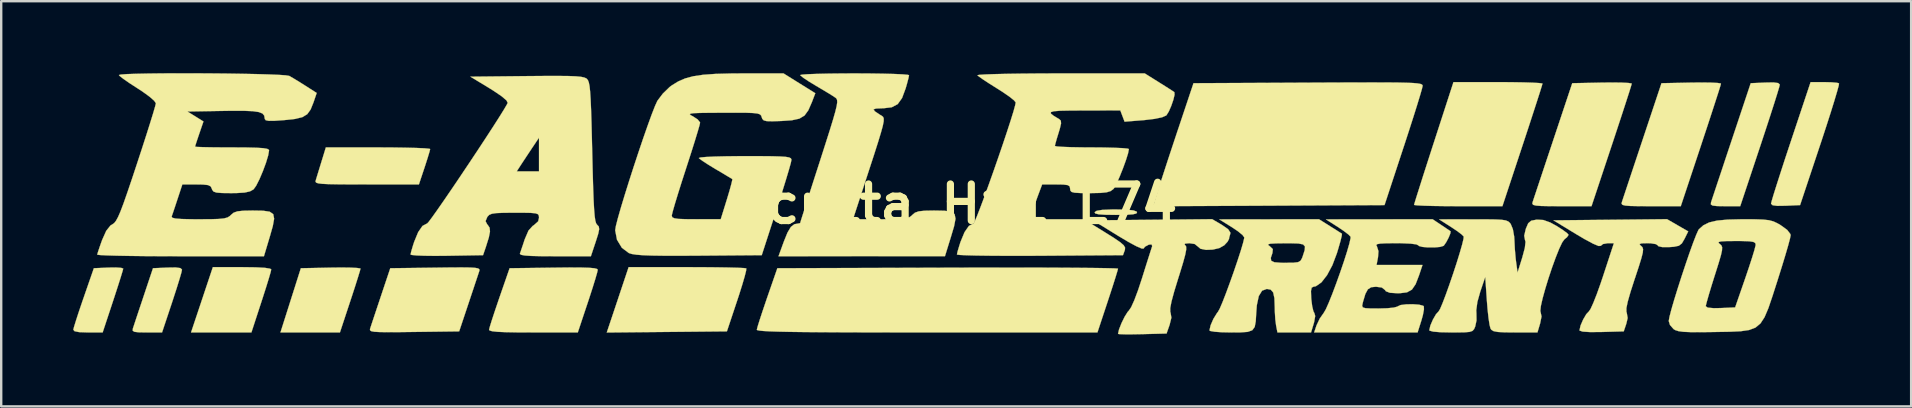
<source format=kicad_pcb>
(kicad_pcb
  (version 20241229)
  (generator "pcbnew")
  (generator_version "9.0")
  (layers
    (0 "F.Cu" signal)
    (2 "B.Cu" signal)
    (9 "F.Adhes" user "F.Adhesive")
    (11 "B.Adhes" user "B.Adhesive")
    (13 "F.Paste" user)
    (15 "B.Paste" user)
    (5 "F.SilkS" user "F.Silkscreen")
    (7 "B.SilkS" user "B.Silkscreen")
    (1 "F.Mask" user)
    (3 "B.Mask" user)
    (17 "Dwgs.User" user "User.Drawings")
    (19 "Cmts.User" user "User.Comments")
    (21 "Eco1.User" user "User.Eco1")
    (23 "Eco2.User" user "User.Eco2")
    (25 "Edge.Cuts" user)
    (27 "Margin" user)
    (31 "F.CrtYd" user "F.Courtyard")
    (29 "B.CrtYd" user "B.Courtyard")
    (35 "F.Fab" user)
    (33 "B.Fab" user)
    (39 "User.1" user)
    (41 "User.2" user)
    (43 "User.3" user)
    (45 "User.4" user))
  (footprint "Scritta_H11_L74"
    (layer "F.Cu")
    (at 36.738 5.452)
    (property "Reference" "Scritta_H11_L74" (at 0 0 0) (layer "F.SilkS") (effects (font (size 1.524 1.524) (thickness 0.3))))
    (attr through_hole)
    (fp_poly (pts (xy -29.141 2.638) (xy -28.75 2.659) (xy -28.532 2.694) (xy -28.484 2.727) (xy -28.511 2.844) (xy -28.585 3.099) (xy -28.696 3.46) (xy -28.835 3.894) (xy -28.898 4.088) (xy -29.311 5.352) (xy -31.827 5.352) (xy -31.372 3.991) (xy -30.918 2.631) (xy -29.701 2.631) (xy -29.141 2.638)) (stroke (width 0.01) (type solid)) (fill yes) (layer "F.SilkS"))
    (fp_poly (pts (xy -25.179 2.651) (xy -24.907 2.665) (xy -24.773 2.685) (xy -24.765 2.693) (xy -24.792 2.798) (xy -24.867 3.044) (xy -24.979 3.399) (xy -25.119 3.83) (xy -25.194 4.056) (xy -25.622 5.352) (xy -28.101 5.352) (xy -27.676 4.014) (xy -27.251 2.676) (xy -26.008 2.651) (xy -25.557 2.646) (xy -25.179 2.651)) (stroke (width 0.01) (type solid)) (fill yes) (layer "F.SilkS"))
    (fp_poly (pts (xy 7.161 0.236) (xy 7.446 0.266) (xy 7.582 0.317) (xy 7.597 0.34) (xy 7.569 0.394) (xy 7.427 0.429) (xy 7.148 0.448) (xy 6.713 0.454) (xy 6.276 0.448) (xy 5.998 0.429) (xy 5.856 0.394) (xy 5.828 0.34) (xy 5.918 0.281) (xy 6.15 0.244) (xy 6.541 0.228) (xy 6.713 0.227) (xy 7.161 0.236)) (stroke (width 0.01) (type solid)) (fill yes) (layer "F.SilkS"))
    (fp_poly (pts (xy -10.52 2.633) (xy -9.935 2.638) (xy -9.435 2.646) (xy -9.045 2.656) (xy -8.787 2.669) (xy -8.687 2.682) (xy -8.696 2.782) (xy -8.756 3.022) (xy -8.858 3.37) (xy -8.992 3.797) (xy -9.066 4.02) (xy -9.495 5.307) (xy -11.999 5.331) (xy -14.502 5.355) (xy -14.046 3.993) (xy -13.591 2.631) (xy -11.165 2.631) (xy -10.52 2.633)) (stroke (width 0.01) (type solid)) (fill yes) (layer "F.SilkS"))
    (fp_poly (pts (xy -34.739 2.66) (xy -34.653 2.69) (xy -34.653 2.691) (xy -34.68 2.797) (xy -34.755 3.044) (xy -34.867 3.398) (xy -35.007 3.83) (xy -35.081 4.056) (xy -35.51 5.352) (xy -36.125 5.352) (xy -36.484 5.34) (xy -36.68 5.301) (xy -36.733 5.239) (xy -36.702 5.116) (xy -36.622 4.856) (xy -36.504 4.493) (xy -36.358 4.062) (xy -36.302 3.901) (xy -35.877 2.676) (xy -35.265 2.649) (xy -34.959 2.645) (xy -34.739 2.66)) (stroke (width 0.01) (type solid)) (fill yes) (layer "F.SilkS"))
    (fp_poly (pts (xy -32.271 2.67) (xy -32.204 2.73) (xy -32.204 2.74) (xy -32.231 2.864) (xy -32.307 3.126) (xy -32.42 3.492) (xy -32.561 3.927) (xy -32.619 4.105) (xy -33.035 5.352) (xy -33.669 5.352) (xy -34 5.347) (xy -34.185 5.326) (xy -34.258 5.28) (xy -34.253 5.199) (xy -34.252 5.193) (xy -34.205 5.052) (xy -34.114 4.775) (xy -33.989 4.4) (xy -33.843 3.964) (xy -33.807 3.855) (xy -33.413 2.676) (xy -32.808 2.649) (xy -32.463 2.644) (xy -32.271 2.67)) (stroke (width 0.01) (type solid)) (fill yes) (layer "F.SilkS"))
    (fp_poly (pts (xy -23.429 -2.356) (xy -22.888 -2.348) (xy -22.437 -2.337) (xy -22.101 -2.322) (xy -21.904 -2.304) (xy -21.862 -2.291) (xy -21.889 -2.179) (xy -21.961 -1.94) (xy -22.063 -1.621) (xy -22.096 -1.52) (xy -22.331 -0.816) (xy -24.506 -0.816) (xy -25.19 -0.817) (xy -25.713 -0.821) (xy -26.095 -0.828) (xy -26.359 -0.841) (xy -26.523 -0.861) (xy -26.61 -0.89) (xy -26.639 -0.93) (xy -26.633 -0.975) (xy -26.583 -1.139) (xy -26.498 -1.417) (xy -26.397 -1.746) (xy -26.209 -2.359) (xy -24.036 -2.359) (xy -23.429 -2.356)) (stroke (width 0.01) (type solid)) (fill yes) (layer "F.SilkS"))
    (fp_poly (pts (xy 36.537 -5.072) (xy 36.762 -5.053) (xy 36.851 -5.029) (xy 36.837 -4.933) (xy 36.77 -4.687) (xy 36.659 -4.313) (xy 36.51 -3.833) (xy 36.329 -3.269) (xy 36.124 -2.642) (xy 36.065 -2.466) (xy 35.228 0.045) (xy 34.623 0.072) (xy 34.277 0.077) (xy 34.085 0.052) (xy 34.019 -0.008) (xy 34.018 -0.019) (xy 34.046 -0.132) (xy 34.124 -0.394) (xy 34.246 -0.783) (xy 34.404 -1.275) (xy 34.59 -1.848) (xy 34.799 -2.479) (xy 34.842 -2.608) (xy 35.666 -5.08) (xy 36.233 -5.08) (xy 36.537 -5.072)) (stroke (width 0.01) (type solid)) (fill yes) (layer "F.SilkS"))
    (fp_poly (pts (xy -15.58 2.647) (xy -15.237 2.657) (xy -15.018 2.677) (xy -14.905 2.707) (xy -14.877 2.742) (xy -14.905 2.866) (xy -14.98 3.127) (xy -15.093 3.492) (xy -15.234 3.927) (xy -15.293 4.105) (xy -15.709 5.352) (xy -17.561 5.352) (xy -18.217 5.35) (xy -18.709 5.341) (xy -19.056 5.326) (xy -19.276 5.302) (xy -19.385 5.27) (xy -19.407 5.239) (xy -19.376 5.116) (xy -19.296 4.856) (xy -19.177 4.493) (xy -19.031 4.062) (xy -18.976 3.901) (xy -18.551 2.676) (xy -16.714 2.652) (xy -16.066 2.645) (xy -15.58 2.647)) (stroke (width 0.01) (type solid)) (fill yes) (layer "F.SilkS"))
    (fp_poly (pts (xy 34.314 -5.041) (xy 34.38 -4.981) (xy 34.381 -4.971) (xy 34.353 -4.857) (xy 34.275 -4.595) (xy 34.153 -4.206) (xy 33.995 -3.714) (xy 33.808 -3.141) (xy 33.6 -2.511) (xy 33.557 -2.381) (xy 32.733 0.091) (xy 32.099 0.091) (xy 31.768 0.086) (xy 31.583 0.065) (xy 31.51 0.019) (xy 31.515 -0.062) (xy 31.516 -0.068) (xy 31.557 -0.193) (xy 31.648 -0.466) (xy 31.78 -0.864) (xy 31.947 -1.363) (xy 32.138 -1.939) (xy 32.348 -2.568) (xy 32.369 -2.631) (xy 33.171 -5.035) (xy 33.776 -5.061) (xy 34.121 -5.067) (xy 34.314 -5.041)) (stroke (width 0.01) (type solid)) (fill yes) (layer "F.SilkS"))
    (fp_poly (pts (xy 27.8 -5.059) (xy 28.072 -5.045) (xy 28.204 -5.024) (xy 28.212 -5.016) (xy 28.185 -4.916) (xy 28.107 -4.665) (xy 27.985 -4.287) (xy 27.828 -3.803) (xy 27.641 -3.235) (xy 27.433 -2.605) (xy 27.374 -2.428) (xy 26.536 0.091) (xy 25.282 0.091) (xy 24.783 0.089) (xy 24.438 0.082) (xy 24.222 0.065) (xy 24.108 0.036) (xy 24.07 -0.01) (xy 24.078 -0.068) (xy 24.119 -0.193) (xy 24.21 -0.466) (xy 24.342 -0.864) (xy 24.508 -1.363) (xy 24.7 -1.939) (xy 24.91 -2.568) (xy 24.931 -2.631) (xy 25.733 -5.035) (xy 26.972 -5.06) (xy 27.423 -5.064) (xy 27.8 -5.059)) (stroke (width 0.01) (type solid)) (fill yes) (layer "F.SilkS"))
    (fp_poly (pts (xy 31.52 -5.059) (xy 31.791 -5.045) (xy 31.924 -5.024) (xy 31.931 -5.016) (xy 31.904 -4.916) (xy 31.826 -4.665) (xy 31.704 -4.287) (xy 31.547 -3.803) (xy 31.361 -3.235) (xy 31.152 -2.605) (xy 31.094 -2.428) (xy 30.256 0.091) (xy 29.001 0.091) (xy 28.502 0.089) (xy 28.158 0.082) (xy 27.942 0.065) (xy 27.828 0.036) (xy 27.789 -0.01) (xy 27.797 -0.068) (xy 27.838 -0.193) (xy 27.929 -0.466) (xy 28.061 -0.864) (xy 28.227 -1.363) (xy 28.419 -1.939) (xy 28.629 -2.568) (xy 28.65 -2.631) (xy 29.452 -5.035) (xy 30.692 -5.06) (xy 31.142 -5.064) (xy 31.52 -5.059)) (stroke (width 0.01) (type solid)) (fill yes) (layer "F.SilkS"))
    (fp_poly (pts (xy -20.211 2.646) (xy -19.993 2.659) (xy -19.868 2.682) (xy -19.813 2.717) (xy -19.807 2.765) (xy -19.813 2.788) (xy -19.86 2.93) (xy -19.952 3.207) (xy -20.077 3.583) (xy -20.223 4.019) (xy -20.259 4.128) (xy -20.653 5.307) (xy -22.534 5.331) (xy -23.164 5.339) (xy -23.634 5.341) (xy -23.967 5.336) (xy -24.185 5.324) (xy -24.31 5.301) (xy -24.364 5.266) (xy -24.371 5.218) (xy -24.364 5.195) (xy -24.318 5.053) (xy -24.226 4.775) (xy -24.101 4.4) (xy -23.955 3.963) (xy -23.919 3.855) (xy -23.524 2.676) (xy -21.643 2.652) (xy -21.014 2.644) (xy -20.544 2.642) (xy -20.211 2.646)) (stroke (width 0.01) (type solid)) (fill yes) (layer "F.SilkS"))
    (fp_poly (pts (xy 23.196 -5.077) (xy 23.687 -5.069) (xy 24.083 -5.057) (xy 24.359 -5.041) (xy 24.487 -5.023) (xy 24.493 -5.018) (xy 24.465 -4.919) (xy 24.388 -4.67) (xy 24.267 -4.293) (xy 24.11 -3.81) (xy 23.925 -3.242) (xy 23.718 -2.613) (xy 23.658 -2.432) (xy 22.823 0.091) (xy 20.982 0.091) (xy 20.426 0.088) (xy 19.938 0.081) (xy 19.544 0.07) (xy 19.271 0.056) (xy 19.146 0.04) (xy 19.141 0.036) (xy 19.168 -0.062) (xy 19.244 -0.309) (xy 19.363 -0.685) (xy 19.516 -1.168) (xy 19.699 -1.736) (xy 19.902 -2.366) (xy 19.962 -2.55) (xy 20.783 -5.08) (xy 22.638 -5.08) (xy 23.196 -5.077)) (stroke (width 0.01) (type solid)) (fill yes) (layer "F.SilkS"))
    (fp_poly (pts (xy 17.997 -5.066) (xy 18.468 -5.062) (xy 18.83 -5.054) (xy 19.096 -5.043) (xy 19.281 -5.027) (xy 19.4 -5.007) (xy 19.466 -4.982) (xy 19.494 -4.952) (xy 19.498 -4.922) (xy 19.469 -4.797) (xy 19.39 -4.523) (xy 19.269 -4.125) (xy 19.112 -3.626) (xy 18.927 -3.05) (xy 18.722 -2.421) (xy 18.701 -2.359) (xy 17.91 0.045) (xy 13.089 0.069) (xy 8.269 0.092) (xy 8.487 -0.612) (xy 8.583 -0.916) (xy 8.725 -1.353) (xy 8.898 -1.884) (xy 9.092 -2.47) (xy 9.292 -3.073) (xy 9.327 -3.175) (xy 9.949 -5.035) (xy 14.726 -5.058) (xy 15.78 -5.063) (xy 16.667 -5.066) (xy 17.401 -5.067) (xy 17.997 -5.066)) (stroke (width 0.01) (type solid)) (fill yes) (layer "F.SilkS"))
    (fp_poly (pts (xy 2.881 2.649) (xy 3.794 2.651) (xy 4.613 2.655) (xy 5.323 2.66) (xy 5.909 2.666) (xy 6.36 2.674) (xy 6.66 2.682) (xy 6.797 2.692) (xy 6.804 2.695) (xy 6.776 2.8) (xy 6.702 3.045) (xy 6.59 3.399) (xy 6.45 3.829) (xy 6.375 4.056) (xy 5.946 5.352) (xy -1.154 5.352) (xy -2.506 5.352) (xy -3.686 5.35) (xy -4.704 5.347) (xy -5.571 5.342) (xy -6.296 5.336) (xy -6.89 5.328) (xy -7.362 5.318) (xy -7.722 5.306) (xy -7.981 5.291) (xy -8.148 5.274) (xy -8.233 5.254) (xy -8.249 5.239) (xy -8.218 5.116) (xy -8.138 4.856) (xy -8.019 4.493) (xy -7.873 4.062) (xy -7.818 3.901) (xy -7.393 2.676) (xy -0.295 2.653) (xy 0.822 2.65) (xy 1.885 2.649) (xy 2.881 2.649)) (stroke (width 0.01) (type solid)) (fill yes) (layer "F.SilkS"))
    (fp_poly (pts (xy 30.125 0.887) (xy 30.566 1.141) (xy 30.41 1.455) (xy 30.302 1.641) (xy 30.176 1.739) (xy 29.971 1.782) (xy 29.777 1.796) (xy 29.484 1.796) (xy 29.322 1.759) (xy 29.301 1.728) (xy 29.219 1.672) (xy 29.01 1.638) (xy 28.875 1.633) (xy 28.629 1.639) (xy 28.537 1.666) (xy 28.575 1.724) (xy 28.604 1.746) (xy 28.66 1.802) (xy 28.685 1.887) (xy 28.672 2.027) (xy 28.616 2.252) (xy 28.512 2.589) (xy 28.355 3.067) (xy 28.336 3.121) (xy 28.159 3.67) (xy 28.045 4.07) (xy 27.99 4.338) (xy 27.991 4.494) (xy 28.004 4.528) (xy 28.042 4.751) (xy 27.986 4.989) (xy 27.879 5.307) (xy 26.957 5.333) (xy 26.477 5.337) (xy 26.17 5.317) (xy 26.04 5.275) (xy 26.035 5.262) (xy 26.079 5.063) (xy 26.187 4.814) (xy 26.318 4.59) (xy 26.425 4.477) (xy 26.499 4.368) (xy 26.613 4.117) (xy 26.756 3.755) (xy 26.914 3.313) (xy 27.014 3.016) (xy 27.468 1.633) (xy 27.213 1.633) (xy 27.015 1.668) (xy 26.92 1.744) (xy 26.829 1.749) (xy 26.6 1.653) (xy 26.243 1.461) (xy 25.916 1.268) (xy 24.949 0.68) (xy 29.684 0.632) (xy 30.125 0.887)) (stroke (width 0.01) (type solid)) (fill yes) (layer "F.SilkS"))
    (fp_poly (pts (xy 11.131 0.868) (xy 11.394 1.051) (xy 11.488 1.196) (xy 11.482 1.24) (xy 11.435 1.408) (xy 11.43 1.455) (xy 11.37 1.569) (xy 11.231 1.72) (xy 11.026 1.836) (xy 10.752 1.9) (xy 10.469 1.911) (xy 10.24 1.865) (xy 10.127 1.769) (xy 9.998 1.666) (xy 9.777 1.634) (xy 9.592 1.651) (xy 9.582 1.699) (xy 9.604 1.714) (xy 9.644 1.775) (xy 9.645 1.902) (xy 9.603 2.12) (xy 9.512 2.452) (xy 9.368 2.924) (xy 9.316 3.087) (xy 9.144 3.649) (xy 9.033 4.059) (xy 8.98 4.335) (xy 8.981 4.494) (xy 8.993 4.526) (xy 9.028 4.735) (xy 8.954 5.035) (xy 8.827 5.397) (xy 7.815 5.423) (xy 7.411 5.43) (xy 7.084 5.43) (xy 6.87 5.423) (xy 6.804 5.412) (xy 6.846 5.225) (xy 6.95 4.962) (xy 7.082 4.693) (xy 7.208 4.493) (xy 7.253 4.445) (xy 7.351 4.3) (xy 7.484 4.006) (xy 7.64 3.589) (xy 7.807 3.084) (xy 7.947 2.635) (xy 8.071 2.244) (xy 8.166 1.946) (xy 8.221 1.775) (xy 8.229 1.753) (xy 8.199 1.683) (xy 8.086 1.694) (xy 7.924 1.781) (xy 7.874 1.854) (xy 7.79 1.855) (xy 7.572 1.761) (xy 7.239 1.582) (xy 6.806 1.324) (xy 6.804 1.323) (xy 5.761 0.68) (xy 10.729 0.632) (xy 11.131 0.868)) (stroke (width 0.01) (type solid)) (fill yes) (layer "F.SilkS"))
    (fp_poly (pts (xy 20.276 0.876) (xy 20.493 1.021) (xy 20.635 1.117) (xy 20.664 1.136) (xy 20.653 1.226) (xy 20.582 1.4) (xy 20.482 1.59) (xy 20.388 1.726) (xy 20.367 1.745) (xy 20.224 1.788) (xy 19.99 1.809) (xy 19.724 1.809) (xy 19.488 1.788) (xy 19.342 1.749) (xy 19.322 1.724) (xy 19.236 1.682) (xy 18.994 1.651) (xy 18.623 1.635) (xy 18.404 1.633) (xy 17.989 1.636) (xy 17.729 1.649) (xy 17.597 1.675) (xy 17.567 1.719) (xy 17.593 1.762) (xy 17.657 1.964) (xy 17.639 2.216) (xy 17.578 2.54) (xy 19.493 2.54) (xy 19.349 2.971) (xy 19.206 3.342) (xy 19.052 3.567) (xy 18.846 3.681) (xy 18.547 3.718) (xy 18.456 3.719) (xy 18.136 3.7) (xy 17.966 3.636) (xy 17.929 3.583) (xy 17.797 3.48) (xy 17.554 3.447) (xy 17.353 3.468) (xy 17.216 3.555) (xy 17.113 3.744) (xy 17.015 4.07) (xy 17 4.131) (xy 16.978 4.242) (xy 17.005 4.308) (xy 17.113 4.341) (xy 17.338 4.353) (xy 17.674 4.354) (xy 18.021 4.344) (xy 18.295 4.316) (xy 18.446 4.276) (xy 18.46 4.264) (xy 18.58 4.21) (xy 18.812 4.181) (xy 19.091 4.176) (xy 19.349 4.195) (xy 19.52 4.239) (xy 19.548 4.263) (xy 19.553 4.392) (xy 19.508 4.633) (xy 19.447 4.852) (xy 19.289 5.352) (xy 14.977 5.352) (xy 15.076 5.057) (xy 15.211 4.772) (xy 15.377 4.536) (xy 15.463 4.389) (xy 15.586 4.112) (xy 15.736 3.739) (xy 15.899 3.304) (xy 16.064 2.843) (xy 16.218 2.391) (xy 16.349 1.981) (xy 16.445 1.648) (xy 16.494 1.428) (xy 16.495 1.363) (xy 16.408 1.272) (xy 16.209 1.121) (xy 15.966 0.957) (xy 15.467 0.64) (xy 17.691 0.637) (xy 19.915 0.635) (xy 20.276 0.876)) (stroke (width 0.01) (type solid)) (fill yes) (layer "F.SilkS"))
    (fp_poly (pts (xy 33.356 0.637) (xy 33.694 0.649) (xy 33.934 0.676) (xy 34.117 0.725) (xy 34.284 0.803) (xy 34.422 0.884) (xy 34.692 1.08) (xy 34.825 1.255) (xy 34.834 1.304) (xy 34.807 1.441) (xy 34.733 1.72) (xy 34.619 2.113) (xy 34.474 2.59) (xy 34.307 3.121) (xy 34.288 3.183) (xy 34.078 3.837) (xy 33.907 4.341) (xy 33.748 4.714) (xy 33.577 4.977) (xy 33.37 5.149) (xy 33.103 5.251) (xy 32.751 5.302) (xy 32.289 5.323) (xy 31.693 5.333) (xy 31.659 5.334) (xy 31.085 5.341) (xy 30.663 5.339) (xy 30.365 5.326) (xy 30.163 5.299) (xy 30.029 5.256) (xy 29.958 5.215) (xy 29.805 5.04) (xy 29.754 4.877) (xy 29.783 4.709) (xy 29.861 4.407) (xy 29.904 4.259) (xy 31.296 4.259) (xy 31.379 4.318) (xy 31.631 4.341) (xy 31.909 4.336) (xy 32.521 4.309) (xy 32.946 3.084) (xy 33.099 2.632) (xy 33.229 2.232) (xy 33.324 1.92) (xy 33.372 1.73) (xy 33.377 1.701) (xy 33.36 1.626) (xy 33.281 1.579) (xy 33.107 1.553) (xy 32.805 1.543) (xy 32.549 1.542) (xy 32.162 1.545) (xy 31.932 1.558) (xy 31.833 1.584) (xy 31.84 1.629) (xy 31.883 1.665) (xy 31.947 1.722) (xy 31.979 1.799) (xy 31.975 1.926) (xy 31.93 2.132) (xy 31.838 2.447) (xy 31.696 2.901) (xy 31.673 2.971) (xy 31.535 3.412) (xy 31.42 3.794) (xy 31.338 4.083) (xy 31.298 4.243) (xy 31.296 4.259) (xy 29.904 4.259) (xy 29.978 4.003) (xy 30.124 3.53) (xy 30.287 3.022) (xy 30.457 2.51) (xy 30.622 2.028) (xy 30.773 1.609) (xy 30.899 1.285) (xy 30.987 1.089) (xy 31.01 1.053) (xy 31.197 0.887) (xy 31.439 0.768) (xy 31.767 0.691) (xy 32.21 0.649) (xy 32.8 0.635) (xy 32.877 0.635) (xy 33.356 0.637)) (stroke (width 0.01) (type solid)) (fill yes) (layer "F.SilkS"))
    (fp_poly (pts (xy -3.553 -5.44) (xy -2.998 -5.432) (xy -2.531 -5.42) (xy -2.178 -5.404) (xy -1.962 -5.385) (xy -1.905 -5.369) (xy -1.929 -5.246) (xy -1.991 -5.011) (xy -2.046 -4.819) (xy -2.196 -4.416) (xy -2.377 -4.163) (xy -2.627 -4.031) (xy -2.98 -3.989) (xy -3.016 -3.989) (xy -3.283 -3.979) (xy -3.387 -3.943) (xy -3.33 -3.863) (xy -3.113 -3.718) (xy -3.03 -3.667) (xy -2.983 -3.626) (xy -2.959 -3.558) (xy -2.963 -3.44) (xy -3 -3.253) (xy -3.076 -2.975) (xy -3.194 -2.586) (xy -3.36 -2.065) (xy -3.555 -1.468) (xy -4.241 0.635) (xy -3.087 0.635) (xy -2.603 0.632) (xy -2.267 0.622) (xy -2.045 0.598) (xy -1.903 0.557) (xy -1.808 0.493) (xy -1.769 0.454) (xy -1.658 0.361) (xy -1.501 0.306) (xy -1.254 0.279) (xy -0.873 0.272) (xy -0.859 0.272) (xy -0.431 0.28) (xy -0.153 0.321) (xy -0.005 0.423) (xy 0.031 0.615) (xy -0.027 0.925) (xy -0.154 1.352) (xy -0.408 2.174) (xy -3.877 2.176) (xy -7.345 2.177) (xy -7.126 1.574) (xy -6.971 1.191) (xy -6.831 0.956) (xy -6.685 0.842) (xy -6.554 0.818) (xy -6.448 0.798) (xy -6.441 0.787) (xy -6.414 0.696) (xy -6.338 0.455) (xy -6.221 0.084) (xy -6.068 -0.394) (xy -5.887 -0.959) (xy -5.684 -1.587) (xy -5.623 -1.776) (xy -5.389 -2.506) (xy -5.206 -3.082) (xy -5.07 -3.525) (xy -4.977 -3.852) (xy -4.921 -4.084) (xy -4.898 -4.239) (xy -4.904 -4.337) (xy -4.933 -4.397) (xy -4.966 -4.427) (xy -5.117 -4.527) (xy -5.376 -4.686) (xy -5.695 -4.875) (xy -5.782 -4.926) (xy -6.082 -5.108) (xy -6.311 -5.26) (xy -6.43 -5.358) (xy -6.44 -5.375) (xy -6.353 -5.393) (xy -6.11 -5.41) (xy -5.733 -5.424) (xy -5.248 -5.435) (xy -4.679 -5.441) (xy -4.173 -5.443) (xy -3.553 -5.44)) (stroke (width 0.01) (type solid)) (fill yes) (layer "F.SilkS"))
    (fp_poly (pts (xy 22.146 0.638) (xy 22.532 0.643) (xy 22.795 0.657) (xy 22.964 0.684) (xy 23.068 0.727) (xy 23.137 0.789) (xy 23.172 0.837) (xy 23.259 1.05) (xy 23.313 1.355) (xy 23.322 1.494) (xy 23.341 1.884) (xy 23.378 2.297) (xy 23.392 2.404) (xy 23.454 2.857) (xy 23.651 2.226) (xy 23.757 1.831) (xy 23.786 1.576) (xy 23.762 1.491) (xy 23.731 1.321) (xy 23.798 1.034) (xy 23.897 0.803) (xy 24.023 0.695) (xy 24.242 0.653) (xy 24.26 0.652) (xy 24.528 0.666) (xy 24.816 0.769) (xy 25.091 0.92) (xy 25.345 1.084) (xy 25.523 1.217) (xy 25.581 1.284) (xy 25.516 1.382) (xy 25.406 1.473) (xy 25.313 1.603) (xy 25.189 1.865) (xy 25.045 2.225) (xy 24.892 2.646) (xy 24.742 3.095) (xy 24.607 3.536) (xy 24.497 3.933) (xy 24.425 4.251) (xy 24.403 4.456) (xy 24.415 4.506) (xy 24.453 4.688) (xy 24.393 4.983) (xy 24.283 5.352) (xy 23.348 5.352) (xy 22.916 5.348) (xy 22.631 5.332) (xy 22.458 5.299) (xy 22.364 5.243) (xy 22.329 5.193) (xy 22.288 5.041) (xy 22.244 4.752) (xy 22.203 4.372) (xy 22.176 4.037) (xy 22.108 3.039) (xy 21.9 3.652) (xy 21.78 4.079) (xy 21.733 4.427) (xy 21.739 4.559) (xy 21.743 4.852) (xy 21.69 5.103) (xy 21.641 5.216) (xy 21.575 5.288) (xy 21.454 5.329) (xy 21.242 5.347) (xy 20.903 5.352) (xy 20.685 5.352) (xy 20.245 5.343) (xy 19.94 5.318) (xy 19.789 5.277) (xy 19.776 5.259) (xy 19.82 5.064) (xy 19.926 4.817) (xy 20.055 4.593) (xy 20.162 4.477) (xy 20.226 4.372) (xy 20.329 4.129) (xy 20.462 3.781) (xy 20.611 3.364) (xy 20.766 2.912) (xy 20.914 2.46) (xy 21.043 2.043) (xy 21.143 1.696) (xy 21.201 1.454) (xy 21.21 1.355) (xy 21.124 1.268) (xy 20.927 1.12) (xy 20.683 0.957) (xy 20.184 0.64) (xy 21.608 0.637) (xy 22.146 0.638)) (stroke (width 0.01) (type solid)) (fill yes) (layer "F.SilkS"))
    (fp_poly (pts (xy 15.64 0.924) (xy 15.891 1.082) (xy 16.072 1.197) (xy 16.136 1.238) (xy 16.126 1.33) (xy 16.071 1.554) (xy 15.98 1.871) (xy 15.924 2.055) (xy 15.735 2.554) (xy 15.514 2.967) (xy 15.279 3.267) (xy 15.049 3.427) (xy 14.947 3.447) (xy 14.874 3.486) (xy 14.845 3.625) (xy 14.854 3.9) (xy 14.859 3.969) (xy 14.896 4.261) (xy 14.947 4.473) (xy 14.987 4.546) (xy 15.021 4.668) (xy 14.978 4.916) (xy 14.961 4.977) (xy 14.848 5.352) (xy 13.448 5.352) (xy 13.392 5.069) (xy 13.358 4.808) (xy 13.338 4.469) (xy 13.335 4.305) (xy 13.321 3.922) (xy 13.27 3.687) (xy 13.169 3.57) (xy 13.006 3.538) (xy 12.808 3.611) (xy 12.67 3.835) (xy 12.588 4.219) (xy 12.564 4.536) (xy 12.544 4.889) (xy 12.5 5.123) (xy 12.399 5.26) (xy 12.21 5.328) (xy 11.899 5.35) (xy 11.511 5.352) (xy 11.13 5.344) (xy 10.83 5.323) (xy 10.649 5.291) (xy 10.614 5.267) (xy 10.662 5.054) (xy 10.78 4.783) (xy 10.929 4.542) (xy 10.971 4.49) (xy 11.044 4.357) (xy 11.159 4.088) (xy 11.303 3.718) (xy 11.463 3.284) (xy 11.627 2.823) (xy 11.781 2.37) (xy 11.914 1.963) (xy 11.998 1.681) (xy 13.057 1.681) (xy 13.078 1.723) (xy 13.119 1.749) (xy 13.255 1.878) (xy 13.239 2.041) (xy 13.171 2.245) (xy 13.188 2.367) (xy 13.316 2.427) (xy 13.584 2.448) (xy 13.78 2.449) (xy 14.11 2.446) (xy 14.305 2.424) (xy 14.411 2.364) (xy 14.475 2.249) (xy 14.505 2.164) (xy 14.582 1.925) (xy 14.595 1.771) (xy 14.516 1.684) (xy 14.321 1.645) (xy 13.983 1.636) (xy 13.766 1.636) (xy 13.379 1.641) (xy 13.15 1.654) (xy 13.057 1.681) (xy 11.998 1.681) (xy 12.011 1.637) (xy 12.061 1.428) (xy 12.065 1.391) (xy 11.993 1.293) (xy 11.805 1.138) (xy 11.543 0.962) (xy 11.022 0.64) (xy 13.1 0.637) (xy 15.179 0.635) (xy 15.64 0.924)) (stroke (width 0.01) (type solid)) (fill yes) (layer "F.SilkS"))
    (fp_poly (pts (xy -16.107 -5.334) (xy -15.795 -5.322) (xy -15.58 -5.302) (xy -15.44 -5.273) (xy -15.354 -5.234) (xy -15.329 -5.215) (xy -15.286 -5.159) (xy -15.25 -5.066) (xy -15.22 -4.917) (xy -15.196 -4.693) (xy -15.175 -4.374) (xy -15.156 -3.942) (xy -15.138 -3.378) (xy -15.12 -2.663) (xy -15.108 -2.155) (xy -15.088 -1.333) (xy -15.069 -0.674) (xy -15.05 -0.16) (xy -15.029 0.226) (xy -15.006 0.503) (xy -14.979 0.69) (xy -14.946 0.803) (xy -14.907 0.861) (xy -14.901 0.866) (xy -14.834 0.938) (xy -14.818 1.049) (xy -14.858 1.242) (xy -14.958 1.559) (xy -14.963 1.573) (xy -15.164 2.177) (xy -16.663 2.177) (xy -17.239 2.174) (xy -17.654 2.164) (xy -17.926 2.145) (xy -18.076 2.116) (xy -18.123 2.076) (xy -18.12 2.064) (xy -18.07 1.918) (xy -17.985 1.666) (xy -17.92 1.468) (xy -17.764 1.106) (xy -17.584 0.908) (xy -17.544 0.886) (xy -17.361 0.722) (xy -17.326 0.575) (xy -17.333 0.483) (xy -17.372 0.423) (xy -17.476 0.387) (xy -17.675 0.369) (xy -18.002 0.363) (xy -18.348 0.363) (xy -18.796 0.366) (xy -19.098 0.378) (xy -19.287 0.405) (xy -19.4 0.452) (xy -19.471 0.526) (xy -19.485 0.548) (xy -19.553 0.714) (xy -19.484 0.848) (xy -19.461 0.872) (xy -19.385 0.986) (xy -19.369 1.147) (xy -19.416 1.391) (xy -19.531 1.76) (xy -19.549 1.814) (xy -19.658 2.132) (xy -21.168 2.157) (xy -21.669 2.161) (xy -22.099 2.156) (xy -22.43 2.143) (xy -22.631 2.123) (xy -22.679 2.105) (xy -22.652 1.981) (xy -22.584 1.748) (xy -22.53 1.581) (xy -22.362 1.173) (xy -22.182 0.913) (xy -22.002 0.817) (xy -21.993 0.816) (xy -21.925 0.744) (xy -21.773 0.541) (xy -21.551 0.228) (xy -21.273 -0.172) (xy -20.955 -0.637) (xy -20.61 -1.147) (xy -20.467 -1.361) (xy -18.254 -1.361) (xy -17.326 -1.361) (xy -17.326 -2.764) (xy -17.629 -2.312) (xy -17.825 -2.017) (xy -18.006 -1.743) (xy -18.093 -1.61) (xy -18.254 -1.361) (xy -20.467 -1.361) (xy -20.253 -1.68) (xy -19.898 -2.214) (xy -19.56 -2.728) (xy -19.253 -3.2) (xy -18.992 -3.608) (xy -18.791 -3.931) (xy -18.664 -4.147) (xy -18.63 -4.216) (xy -18.684 -4.321) (xy -18.888 -4.494) (xy -19.23 -4.725) (xy -19.384 -4.821) (xy -20.184 -5.307) (xy -17.834 -5.331) (xy -17.105 -5.337) (xy -16.537 -5.338) (xy -16.107 -5.334)) (stroke (width 0.01) (type solid)) (fill yes) (layer "F.SilkS"))
    (fp_poly (pts (xy -6.474 -5.03) (xy -5.811 -4.617) (xy -5.957 -4.236) (xy -6.103 -3.904) (xy -6.261 -3.687) (xy -6.476 -3.558) (xy -6.788 -3.49) (xy -7.22 -3.46) (xy -7.597 -3.448) (xy -7.831 -3.453) (xy -7.959 -3.485) (xy -8.021 -3.549) (xy -8.045 -3.619) (xy -8.07 -3.688) (xy -8.122 -3.738) (xy -8.226 -3.772) (xy -8.408 -3.792) (xy -8.695 -3.803) (xy -9.113 -3.805) (xy -9.649 -3.804) (xy -10.21 -3.801) (xy -10.61 -3.796) (xy -10.869 -3.786) (xy -11.007 -3.768) (xy -11.044 -3.741) (xy -11.001 -3.701) (xy -10.908 -3.652) (xy -10.714 -3.525) (xy -10.616 -3.403) (xy -10.614 -3.386) (xy -10.641 -3.267) (xy -10.717 -3.004) (xy -10.833 -2.623) (xy -10.981 -2.153) (xy -11.153 -1.62) (xy -11.203 -1.465) (xy -11.38 -0.918) (xy -11.536 -0.422) (xy -11.662 -0.008) (xy -11.75 0.298) (xy -11.791 0.467) (xy -11.793 0.486) (xy -11.772 0.551) (xy -11.688 0.594) (xy -11.513 0.62) (xy -11.216 0.631) (xy -10.772 0.634) (xy -9.752 0.632) (xy -9.496 -0.192) (xy -9.389 -0.549) (xy -9.311 -0.833) (xy -9.271 -1.005) (xy -9.27 -1.039) (xy -9.356 -1.092) (xy -9.56 -1.214) (xy -9.844 -1.383) (xy -9.958 -1.449) (xy -10.265 -1.636) (xy -10.509 -1.794) (xy -10.649 -1.898) (xy -10.666 -1.916) (xy -10.595 -1.94) (xy -10.366 -1.961) (xy -10.003 -1.978) (xy -9.531 -1.989) (xy -8.973 -1.995) (xy -8.759 -1.996) (xy -8.114 -1.995) (xy -7.628 -1.991) (xy -7.279 -1.981) (xy -7.045 -1.966) (xy -6.903 -1.941) (xy -6.831 -1.906) (xy -6.807 -1.859) (xy -6.806 -1.837) (xy -6.833 -1.707) (xy -6.91 -1.432) (xy -7.027 -1.039) (xy -7.176 -0.557) (xy -7.349 -0.011) (xy -7.425 0.227) (xy -8.043 2.132) (xy -10.666 2.152) (xy -11.472 2.156) (xy -12.116 2.155) (xy -12.617 2.148) (xy -12.994 2.134) (xy -13.268 2.112) (xy -13.457 2.083) (xy -13.579 2.045) (xy -13.873 1.825) (xy -14.076 1.489) (xy -14.151 1.096) (xy -14.151 1.093) (xy -14.123 0.919) (xy -14.042 0.602) (xy -13.919 0.17) (xy -13.762 -0.349) (xy -13.581 -0.928) (xy -13.385 -1.538) (xy -13.182 -2.151) (xy -12.983 -2.74) (xy -12.795 -3.277) (xy -12.629 -3.733) (xy -12.493 -4.081) (xy -12.397 -4.293) (xy -12.389 -4.306) (xy -12.168 -4.599) (xy -11.886 -4.873) (xy -11.796 -4.941) (xy -11.527 -5.107) (xy -11.238 -5.233) (xy -10.9 -5.324) (xy -10.485 -5.386) (xy -9.964 -5.423) (xy -9.309 -5.44) (xy -8.81 -5.443) (xy -7.136 -5.443) (xy -6.474 -5.03)) (stroke (width 0.01) (type solid)) (fill yes) (layer "F.SilkS"))
    (fp_poly (pts (xy 8.517 -5.068) (xy 8.805 -4.887) (xy 9.027 -4.745) (xy 9.144 -4.668) (xy 9.152 -4.662) (xy 9.16 -4.553) (xy 9.109 -4.341) (xy 9.022 -4.088) (xy 8.92 -3.855) (xy 8.824 -3.701) (xy 8.811 -3.689) (xy 8.64 -3.614) (xy 8.326 -3.548) (xy 7.906 -3.498) (xy 7.87 -3.495) (xy 7.077 -3.431) (xy 6.988 -3.666) (xy 6.899 -3.901) (xy 5.377 -3.898) (xy 4.8 -3.895) (xy 4.389 -3.887) (xy 4.13 -3.866) (xy 4.007 -3.83) (xy 4.005 -3.771) (xy 4.109 -3.685) (xy 4.304 -3.567) (xy 4.351 -3.54) (xy 4.42 -3.474) (xy 4.43 -3.357) (xy 4.38 -3.143) (xy 4.328 -2.971) (xy 4.243 -2.693) (xy 4.187 -2.489) (xy 4.173 -2.419) (xy 4.259 -2.399) (xy 4.496 -2.382) (xy 4.857 -2.369) (xy 5.31 -2.361) (xy 5.715 -2.359) (xy 6.221 -2.355) (xy 6.657 -2.344) (xy 6.994 -2.329) (xy 7.203 -2.309) (xy 7.257 -2.291) (xy 7.223 -2.113) (xy 7.134 -1.827) (xy 7.01 -1.486) (xy 6.872 -1.142) (xy 6.741 -0.848) (xy 6.637 -0.656) (xy 6.611 -0.624) (xy 6.496 -0.539) (xy 6.33 -0.488) (xy 6.071 -0.462) (xy 5.677 -0.454) (xy 5.624 -0.454) (xy 5.236 -0.457) (xy 4.995 -0.471) (xy 4.867 -0.504) (xy 4.816 -0.563) (xy 4.808 -0.635) (xy 4.789 -0.734) (xy 4.707 -0.788) (xy 4.52 -0.812) (xy 4.225 -0.816) (xy 3.642 -0.816) (xy 3.456 -0.321) (xy 3.343 -0.005) (xy 3.25 0.277) (xy 3.213 0.405) (xy 3.155 0.635) (xy 5.379 0.635) (xy 6.268 1.184) (xy 6.651 1.425) (xy 6.901 1.596) (xy 7.042 1.72) (xy 7.098 1.817) (xy 7.091 1.91) (xy 7.083 1.933) (xy 7.01 2.132) (xy 3.55 2.156) (xy 2.778 2.159) (xy 2.066 2.158) (xy 1.434 2.154) (xy 0.9 2.147) (xy 0.486 2.136) (xy 0.211 2.123) (xy 0.093 2.107) (xy 0.091 2.104) (xy 0.117 1.98) (xy 0.186 1.748) (xy 0.239 1.581) (xy 0.408 1.172) (xy 0.589 0.912) (xy 0.77 0.817) (xy 0.778 0.816) (xy 0.828 0.735) (xy 0.926 0.506) (xy 1.062 0.157) (xy 1.228 -0.286) (xy 1.413 -0.798) (xy 1.61 -1.352) (xy 1.809 -1.923) (xy 2.001 -2.484) (xy 2.177 -3.01) (xy 2.328 -3.475) (xy 2.445 -3.852) (xy 2.518 -4.117) (xy 2.54 -4.234) (xy 2.467 -4.323) (xy 2.271 -4.479) (xy 1.985 -4.676) (xy 1.765 -4.815) (xy 1.433 -5.024) (xy 1.162 -5.202) (xy 0.988 -5.326) (xy 0.944 -5.367) (xy 1.02 -5.383) (xy 1.259 -5.399) (xy 1.641 -5.413) (xy 2.147 -5.425) (xy 2.758 -5.434) (xy 3.455 -5.44) (xy 4.217 -5.443) (xy 4.407 -5.443) (xy 7.918 -5.443) (xy 8.517 -5.068)) (stroke (width 0.01) (type solid)) (fill yes) (layer "F.SilkS"))
    (fp_poly (pts (xy -31.745 -5.447) (xy -31.051 -5.443) (xy -30.365 -5.437) (xy -29.711 -5.427) (xy -29.111 -5.415) (xy -28.591 -5.4) (xy -28.172 -5.383) (xy -27.88 -5.363) (xy -27.738 -5.34) (xy -27.733 -5.338) (xy -27.551 -5.233) (xy -27.284 -5.07) (xy -27.064 -4.931) (xy -26.59 -4.628) (xy -26.726 -4.228) (xy -26.843 -3.938) (xy -26.984 -3.743) (xy -27.187 -3.62) (xy -27.493 -3.545) (xy -27.939 -3.497) (xy -27.963 -3.495) (xy -28.35 -3.468) (xy -28.589 -3.466) (xy -28.714 -3.491) (xy -28.755 -3.546) (xy -28.756 -3.564) (xy -28.777 -3.685) (xy -28.852 -3.773) (xy -29.006 -3.833) (xy -29.261 -3.869) (xy -29.64 -3.885) (xy -30.165 -3.885) (xy -30.492 -3.88) (xy -31.977 -3.855) (xy -31.309 -3.44) (xy -31.484 -2.93) (xy -31.577 -2.654) (xy -31.641 -2.457) (xy -31.659 -2.39) (xy -31.573 -2.38) (xy -31.336 -2.371) (xy -30.975 -2.364) (xy -30.522 -2.36) (xy -30.117 -2.359) (xy -29.533 -2.356) (xy -29.108 -2.346) (xy -28.823 -2.328) (xy -28.654 -2.3) (xy -28.582 -2.26) (xy -28.575 -2.238) (xy -28.611 -2.026) (xy -28.704 -1.718) (xy -28.833 -1.369) (xy -28.976 -1.032) (xy -29.113 -0.762) (xy -29.22 -0.612) (xy -29.37 -0.527) (xy -29.594 -0.477) (xy -29.934 -0.456) (xy -30.162 -0.454) (xy -30.534 -0.458) (xy -30.763 -0.476) (xy -30.888 -0.518) (xy -30.946 -0.592) (xy -30.96 -0.635) (xy -31.008 -0.734) (xy -31.118 -0.789) (xy -31.331 -0.812) (xy -31.598 -0.816) (xy -32.189 -0.816) (xy -32.391 -0.204) (xy -32.497 0.117) (xy -32.584 0.376) (xy -32.634 0.52) (xy -32.635 0.522) (xy -32.61 0.57) (xy -32.481 0.604) (xy -32.225 0.624) (xy -31.821 0.634) (xy -31.502 0.635) (xy -31.013 0.633) (xy -30.673 0.622) (xy -30.447 0.599) (xy -30.303 0.559) (xy -30.206 0.497) (xy -30.163 0.454) (xy -30.051 0.361) (xy -29.895 0.306) (xy -29.648 0.279) (xy -29.266 0.272) (xy -29.252 0.272) (xy -28.827 0.279) (xy -28.549 0.32) (xy -28.401 0.422) (xy -28.364 0.614) (xy -28.42 0.923) (xy -28.542 1.352) (xy -28.789 2.177) (xy -32.265 2.177) (xy -33.039 2.175) (xy -33.752 2.171) (xy -34.386 2.163) (xy -34.921 2.153) (xy -35.337 2.141) (xy -35.614 2.127) (xy -35.733 2.112) (xy -35.736 2.109) (xy -35.704 1.994) (xy -35.626 1.762) (xy -35.532 1.498) (xy -35.362 1.118) (xy -35.186 0.897) (xy -35.105 0.846) (xy -35.031 0.795) (xy -34.956 0.701) (xy -34.871 0.547) (xy -34.768 0.311) (xy -34.641 -0.024) (xy -34.482 -0.478) (xy -34.281 -1.07) (xy -34.085 -1.662) (xy -33.878 -2.293) (xy -33.691 -2.872) (xy -33.532 -3.375) (xy -33.407 -3.779) (xy -33.325 -4.061) (xy -33.292 -4.196) (xy -33.292 -4.2) (xy -33.365 -4.306) (xy -33.562 -4.477) (xy -33.851 -4.687) (xy -34.061 -4.824) (xy -34.386 -5.034) (xy -34.643 -5.212) (xy -34.8 -5.335) (xy -34.833 -5.375) (xy -34.746 -5.396) (xy -34.502 -5.414) (xy -34.125 -5.427) (xy -33.636 -5.437) (xy -33.061 -5.444) (xy -32.423 -5.447) (xy -31.745 -5.447)) (stroke (width 0.01) (type solid)) (fill yes) (layer "F.SilkS")))
  (gr_rect
    (start -3 -3)
    (end 76.594 13.887)
    (stroke (width 0.1) (type default))
    (fill no)
    (layer "Edge.Cuts")))
</source>
